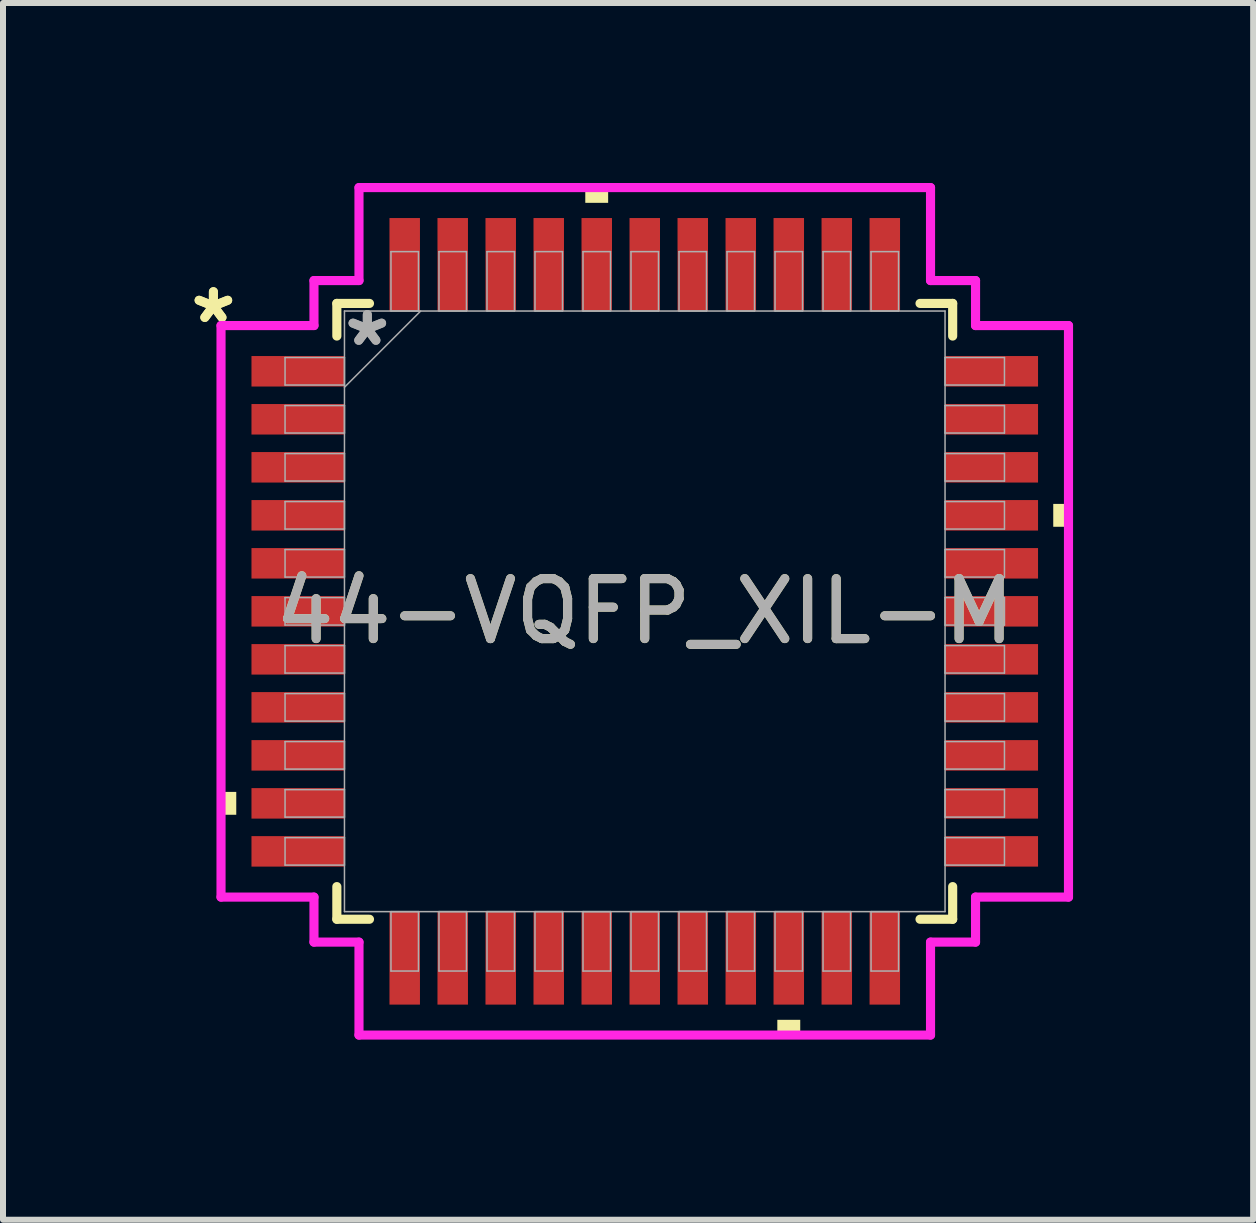
<source format=kicad_pcb>
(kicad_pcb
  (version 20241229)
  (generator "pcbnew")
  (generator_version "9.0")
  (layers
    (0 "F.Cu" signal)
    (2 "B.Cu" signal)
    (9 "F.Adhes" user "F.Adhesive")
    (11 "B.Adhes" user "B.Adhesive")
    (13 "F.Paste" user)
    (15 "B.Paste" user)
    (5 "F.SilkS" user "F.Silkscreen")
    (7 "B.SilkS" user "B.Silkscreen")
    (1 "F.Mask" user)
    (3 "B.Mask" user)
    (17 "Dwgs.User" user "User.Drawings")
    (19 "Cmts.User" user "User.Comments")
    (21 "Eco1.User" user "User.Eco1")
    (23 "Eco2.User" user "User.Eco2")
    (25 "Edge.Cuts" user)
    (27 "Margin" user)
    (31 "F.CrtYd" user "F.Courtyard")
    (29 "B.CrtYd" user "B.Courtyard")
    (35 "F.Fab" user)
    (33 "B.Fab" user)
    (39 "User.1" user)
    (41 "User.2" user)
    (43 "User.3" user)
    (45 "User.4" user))
  (footprint "44-VQFP_XIL-M"
    (layer "F.Cu")
    (at 7.694 7.137)
    (property "Reference" "44-VQFP_XIL-M" (at 0 0 0) (unlocked yes) (layer "F.SilkS") (effects (font (size 1 1) (thickness 0.15))))
    (attr smd)
    (fp_line (start -5.131 -5.131) (end -5.131 -4.587) (stroke (width 0.152) (type solid)) (layer "F.SilkS"))
    (fp_line (start -5.131 4.587) (end -5.131 5.131) (stroke (width 0.152) (type solid)) (layer "F.SilkS"))
    (fp_line (start -5.131 5.131) (end -4.587 5.131) (stroke (width 0.152) (type solid)) (layer "F.SilkS"))
    (fp_line (start -4.587 -5.131) (end -5.131 -5.131) (stroke (width 0.152) (type solid)) (layer "F.SilkS"))
    (fp_line (start 4.587 5.131) (end 5.131 5.131) (stroke (width 0.152) (type solid)) (layer "F.SilkS"))
    (fp_line (start 5.131 -5.131) (end 4.587 -5.131) (stroke (width 0.152) (type solid)) (layer "F.SilkS"))
    (fp_line (start 5.131 -4.587) (end 5.131 -5.131) (stroke (width 0.152) (type solid)) (layer "F.SilkS"))
    (fp_line (start 5.131 5.131) (end 5.131 4.587) (stroke (width 0.152) (type solid)) (layer "F.SilkS"))
    (fp_poly (pts (xy -7.061 3.009) (xy -7.061 3.39) (xy -6.807 3.39) (xy -6.807 3.009)) (stroke (width 0) (type solid)) (fill yes) (layer "F.SilkS"))
    (fp_poly (pts (xy -0.991 -6.807) (xy -0.991 -7.061) (xy -0.61 -7.061) (xy -0.61 -6.807)) (stroke (width 0) (type solid)) (fill yes) (layer "F.SilkS"))
    (fp_poly (pts (xy 2.209 6.807) (xy 2.209 7.061) (xy 2.591 7.061) (xy 2.591 6.807)) (stroke (width 0) (type solid)) (fill yes) (layer "F.SilkS"))
    (fp_poly (pts (xy 7.061 -1.79) (xy 7.061 -1.409) (xy 6.807 -1.409) (xy 6.807 -1.79)) (stroke (width 0) (type solid)) (fill yes) (layer "F.SilkS"))
    (fp_line (start -7.061 -4.762) (end -5.512 -4.762) (stroke (width 0.152) (type solid)) (layer "F.CrtYd"))
    (fp_line (start -7.061 4.762) (end -7.061 -4.762) (stroke (width 0.152) (type solid)) (layer "F.CrtYd"))
    (fp_line (start -5.512 -5.512) (end -4.762 -5.512) (stroke (width 0.152) (type solid)) (layer "F.CrtYd"))
    (fp_line (start -5.512 -4.762) (end -5.512 -5.512) (stroke (width 0.152) (type solid)) (layer "F.CrtYd"))
    (fp_line (start -5.512 4.762) (end -7.061 4.762) (stroke (width 0.152) (type solid)) (layer "F.CrtYd"))
    (fp_line (start -5.512 5.512) (end -5.512 4.762) (stroke (width 0.152) (type solid)) (layer "F.CrtYd"))
    (fp_line (start -5.512 5.512) (end -4.762 5.512) (stroke (width 0.152) (type solid)) (layer "F.CrtYd"))
    (fp_line (start -4.762 -7.061) (end 4.762 -7.061) (stroke (width 0.152) (type solid)) (layer "F.CrtYd"))
    (fp_line (start -4.762 -5.512) (end -4.762 -7.061) (stroke (width 0.152) (type solid)) (layer "F.CrtYd"))
    (fp_line (start -4.762 5.512) (end -4.762 7.061) (stroke (width 0.152) (type solid)) (layer "F.CrtYd"))
    (fp_line (start -4.762 7.061) (end 4.762 7.061) (stroke (width 0.152) (type solid)) (layer "F.CrtYd"))
    (fp_line (start 4.762 -7.061) (end 4.762 -5.512) (stroke (width 0.152) (type solid)) (layer "F.CrtYd"))
    (fp_line (start 4.762 -5.512) (end 5.512 -5.512) (stroke (width 0.152) (type solid)) (layer "F.CrtYd"))
    (fp_line (start 4.762 5.512) (end 5.512 5.512) (stroke (width 0.152) (type solid)) (layer "F.CrtYd"))
    (fp_line (start 4.762 7.061) (end 4.762 5.512) (stroke (width 0.152) (type solid)) (layer "F.CrtYd"))
    (fp_line (start 5.512 -4.762) (end 5.512 -5.512) (stroke (width 0.152) (type solid)) (layer "F.CrtYd"))
    (fp_line (start 5.512 4.762) (end 7.061 4.762) (stroke (width 0.152) (type solid)) (layer "F.CrtYd"))
    (fp_line (start 5.512 5.512) (end 5.512 4.762) (stroke (width 0.152) (type solid)) (layer "F.CrtYd"))
    (fp_line (start 7.061 -4.762) (end 5.512 -4.762) (stroke (width 0.152) (type solid)) (layer "F.CrtYd"))
    (fp_line (start 7.061 4.762) (end 7.061 -4.762) (stroke (width 0.152) (type solid)) (layer "F.CrtYd"))
    (fp_line (start -5.994 -4.229) (end -5.994 -3.771) (stroke (width 0.025) (type solid)) (layer "F.Fab"))
    (fp_line (start -5.994 -3.771) (end -5.004 -3.771) (stroke (width 0.025) (type solid)) (layer "F.Fab"))
    (fp_line (start -5.994 -3.429) (end -5.994 -2.971) (stroke (width 0.025) (type solid)) (layer "F.Fab"))
    (fp_line (start -5.994 -2.971) (end -5.004 -2.971) (stroke (width 0.025) (type solid)) (layer "F.Fab"))
    (fp_line (start -5.994 -2.629) (end -5.994 -2.171) (stroke (width 0.025) (type solid)) (layer "F.Fab"))
    (fp_line (start -5.994 -2.171) (end -5.004 -2.171) (stroke (width 0.025) (type solid)) (layer "F.Fab"))
    (fp_line (start -5.994 -1.829) (end -5.994 -1.371) (stroke (width 0.025) (type solid)) (layer "F.Fab"))
    (fp_line (start -5.994 -1.371) (end -5.004 -1.371) (stroke (width 0.025) (type solid)) (layer "F.Fab"))
    (fp_line (start -5.994 -1.029) (end -5.994 -0.571) (stroke (width 0.025) (type solid)) (layer "F.Fab"))
    (fp_line (start -5.994 -0.571) (end -5.004 -0.571) (stroke (width 0.025) (type solid)) (layer "F.Fab"))
    (fp_line (start -5.994 -0.229) (end -5.994 0.229) (stroke (width 0.025) (type solid)) (layer "F.Fab"))
    (fp_line (start -5.994 0.229) (end -5.004 0.229) (stroke (width 0.025) (type solid)) (layer "F.Fab"))
    (fp_line (start -5.994 0.571) (end -5.994 1.029) (stroke (width 0.025) (type solid)) (layer "F.Fab"))
    (fp_line (start -5.994 1.029) (end -5.004 1.029) (stroke (width 0.025) (type solid)) (layer "F.Fab"))
    (fp_line (start -5.994 1.371) (end -5.994 1.829) (stroke (width 0.025) (type solid)) (layer "F.Fab"))
    (fp_line (start -5.994 1.829) (end -5.004 1.829) (stroke (width 0.025) (type solid)) (layer "F.Fab"))
    (fp_line (start -5.994 2.171) (end -5.994 2.629) (stroke (width 0.025) (type solid)) (layer "F.Fab"))
    (fp_line (start -5.994 2.629) (end -5.004 2.629) (stroke (width 0.025) (type solid)) (layer "F.Fab"))
    (fp_line (start -5.994 2.971) (end -5.994 3.429) (stroke (width 0.025) (type solid)) (layer "F.Fab"))
    (fp_line (start -5.994 3.429) (end -5.004 3.429) (stroke (width 0.025) (type solid)) (layer "F.Fab"))
    (fp_line (start -5.994 3.771) (end -5.994 4.229) (stroke (width 0.025) (type solid)) (layer "F.Fab"))
    (fp_line (start -5.994 4.229) (end -5.004 4.229) (stroke (width 0.025) (type solid)) (layer "F.Fab"))
    (fp_line (start -5.004 -5.004) (end -5.004 5.004) (stroke (width 0.025) (type solid)) (layer "F.Fab"))
    (fp_line (start -5.004 -4.229) (end -5.994 -4.229) (stroke (width 0.025) (type solid)) (layer "F.Fab"))
    (fp_line (start -5.004 -3.771) (end -5.004 -4.229) (stroke (width 0.025) (type solid)) (layer "F.Fab"))
    (fp_line (start -5.004 -3.734) (end -3.734 -5.004) (stroke (width 0.025) (type solid)) (layer "F.Fab"))
    (fp_line (start -5.004 -3.429) (end -5.994 -3.429) (stroke (width 0.025) (type solid)) (layer "F.Fab"))
    (fp_line (start -5.004 -2.971) (end -5.004 -3.429) (stroke (width 0.025) (type solid)) (layer "F.Fab"))
    (fp_line (start -5.004 -2.629) (end -5.994 -2.629) (stroke (width 0.025) (type solid)) (layer "F.Fab"))
    (fp_line (start -5.004 -2.171) (end -5.004 -2.629) (stroke (width 0.025) (type solid)) (layer "F.Fab"))
    (fp_line (start -5.004 -1.829) (end -5.994 -1.829) (stroke (width 0.025) (type solid)) (layer "F.Fab"))
    (fp_line (start -5.004 -1.371) (end -5.004 -1.829) (stroke (width 0.025) (type solid)) (layer "F.Fab"))
    (fp_line (start -5.004 -1.029) (end -5.994 -1.029) (stroke (width 0.025) (type solid)) (layer "F.Fab"))
    (fp_line (start -5.004 -0.571) (end -5.004 -1.029) (stroke (width 0.025) (type solid)) (layer "F.Fab"))
    (fp_line (start -5.004 -0.229) (end -5.994 -0.229) (stroke (width 0.025) (type solid)) (layer "F.Fab"))
    (fp_line (start -5.004 0.229) (end -5.004 -0.229) (stroke (width 0.025) (type solid)) (layer "F.Fab"))
    (fp_line (start -5.004 0.571) (end -5.994 0.571) (stroke (width 0.025) (type solid)) (layer "F.Fab"))
    (fp_line (start -5.004 1.029) (end -5.004 0.571) (stroke (width 0.025) (type solid)) (layer "F.Fab"))
    (fp_line (start -5.004 1.371) (end -5.994 1.371) (stroke (width 0.025) (type solid)) (layer "F.Fab"))
    (fp_line (start -5.004 1.829) (end -5.004 1.371) (stroke (width 0.025) (type solid)) (layer "F.Fab"))
    (fp_line (start -5.004 2.171) (end -5.994 2.171) (stroke (width 0.025) (type solid)) (layer "F.Fab"))
    (fp_line (start -5.004 2.629) (end -5.004 2.171) (stroke (width 0.025) (type solid)) (layer "F.Fab"))
    (fp_line (start -5.004 2.971) (end -5.994 2.971) (stroke (width 0.025) (type solid)) (layer "F.Fab"))
    (fp_line (start -5.004 3.429) (end -5.004 2.971) (stroke (width 0.025) (type solid)) (layer "F.Fab"))
    (fp_line (start -5.004 3.771) (end -5.994 3.771) (stroke (width 0.025) (type solid)) (layer "F.Fab"))
    (fp_line (start -5.004 4.229) (end -5.004 3.771) (stroke (width 0.025) (type solid)) (layer "F.Fab"))
    (fp_line (start -5.004 5.004) (end 5.004 5.004) (stroke (width 0.025) (type solid)) (layer "F.Fab"))
    (fp_line (start -4.229 5.004) (end -4.229 5.994) (stroke (width 0.025) (type solid)) (layer "F.Fab"))
    (fp_line (start -4.229 5.994) (end -3.771 5.994) (stroke (width 0.025) (type solid)) (layer "F.Fab"))
    (fp_line (start -4.229 -5.994) (end -4.229 -5.004) (stroke (width 0.025) (type solid)) (layer "F.Fab"))
    (fp_line (start -4.229 -5.004) (end -3.771 -5.004) (stroke (width 0.025) (type solid)) (layer "F.Fab"))
    (fp_line (start -3.771 5.004) (end -4.229 5.004) (stroke (width 0.025) (type solid)) (layer "F.Fab"))
    (fp_line (start -3.771 5.994) (end -3.771 5.004) (stroke (width 0.025) (type solid)) (layer "F.Fab"))
    (fp_line (start -3.771 -5.994) (end -4.229 -5.994) (stroke (width 0.025) (type solid)) (layer "F.Fab"))
    (fp_line (start -3.771 -5.004) (end -3.771 -5.994) (stroke (width 0.025) (type solid)) (layer "F.Fab"))
    (fp_line (start -3.429 -5.994) (end -3.429 -5.004) (stroke (width 0.025) (type solid)) (layer "F.Fab"))
    (fp_line (start -3.429 -5.004) (end -2.971 -5.004) (stroke (width 0.025) (type solid)) (layer "F.Fab"))
    (fp_line (start -3.429 5.004) (end -3.429 5.994) (stroke (width 0.025) (type solid)) (layer "F.Fab"))
    (fp_line (start -3.429 5.994) (end -2.971 5.994) (stroke (width 0.025) (type solid)) (layer "F.Fab"))
    (fp_line (start -2.971 -5.994) (end -3.429 -5.994) (stroke (width 0.025) (type solid)) (layer "F.Fab"))
    (fp_line (start -2.971 -5.004) (end -2.971 -5.994) (stroke (width 0.025) (type solid)) (layer "F.Fab"))
    (fp_line (start -2.971 5.004) (end -3.429 5.004) (stroke (width 0.025) (type solid)) (layer "F.Fab"))
    (fp_line (start -2.971 5.994) (end -2.971 5.004) (stroke (width 0.025) (type solid)) (layer "F.Fab"))
    (fp_line (start -2.629 -5.994) (end -2.629 -5.004) (stroke (width 0.025) (type solid)) (layer "F.Fab"))
    (fp_line (start -2.629 -5.004) (end -2.171 -5.004) (stroke (width 0.025) (type solid)) (layer "F.Fab"))
    (fp_line (start -2.629 5.004) (end -2.629 5.994) (stroke (width 0.025) (type solid)) (layer "F.Fab"))
    (fp_line (start -2.629 5.994) (end -2.171 5.994) (stroke (width 0.025) (type solid)) (layer "F.Fab"))
    (fp_line (start -2.171 -5.994) (end -2.629 -5.994) (stroke (width 0.025) (type solid)) (layer "F.Fab"))
    (fp_line (start -2.171 -5.004) (end -2.171 -5.994) (stroke (width 0.025) (type solid)) (layer "F.Fab"))
    (fp_line (start -2.171 5.004) (end -2.629 5.004) (stroke (width 0.025) (type solid)) (layer "F.Fab"))
    (fp_line (start -2.171 5.994) (end -2.171 5.004) (stroke (width 0.025) (type solid)) (layer "F.Fab"))
    (fp_line (start -1.829 -5.994) (end -1.829 -5.004) (stroke (width 0.025) (type solid)) (layer "F.Fab"))
    (fp_line (start -1.829 -5.004) (end -1.371 -5.004) (stroke (width 0.025) (type solid)) (layer "F.Fab"))
    (fp_line (start -1.829 5.004) (end -1.829 5.994) (stroke (width 0.025) (type solid)) (layer "F.Fab"))
    (fp_line (start -1.829 5.994) (end -1.371 5.994) (stroke (width 0.025) (type solid)) (layer "F.Fab"))
    (fp_line (start -1.371 -5.994) (end -1.829 -5.994) (stroke (width 0.025) (type solid)) (layer "F.Fab"))
    (fp_line (start -1.371 -5.004) (end -1.371 -5.994) (stroke (width 0.025) (type solid)) (layer "F.Fab"))
    (fp_line (start -1.371 5.004) (end -1.829 5.004) (stroke (width 0.025) (type solid)) (layer "F.Fab"))
    (fp_line (start -1.371 5.994) (end -1.371 5.004) (stroke (width 0.025) (type solid)) (layer "F.Fab"))
    (fp_line (start -1.029 -5.994) (end -1.029 -5.004) (stroke (width 0.025) (type solid)) (layer "F.Fab"))
    (fp_line (start -1.029 -5.004) (end -0.571 -5.004) (stroke (width 0.025) (type solid)) (layer "F.Fab"))
    (fp_line (start -1.029 5.004) (end -1.029 5.994) (stroke (width 0.025) (type solid)) (layer "F.Fab"))
    (fp_line (start -1.029 5.994) (end -0.571 5.994) (stroke (width 0.025) (type solid)) (layer "F.Fab"))
    (fp_line (start -0.571 -5.994) (end -1.029 -5.994) (stroke (width 0.025) (type solid)) (layer "F.Fab"))
    (fp_line (start -0.571 -5.004) (end -0.571 -5.994) (stroke (width 0.025) (type solid)) (layer "F.Fab"))
    (fp_line (start -0.571 5.004) (end -1.029 5.004) (stroke (width 0.025) (type solid)) (layer "F.Fab"))
    (fp_line (start -0.571 5.994) (end -0.571 5.004) (stroke (width 0.025) (type solid)) (layer "F.Fab"))
    (fp_line (start -0.229 -5.994) (end -0.229 -5.004) (stroke (width 0.025) (type solid)) (layer "F.Fab"))
    (fp_line (start -0.229 -5.004) (end 0.229 -5.004) (stroke (width 0.025) (type solid)) (layer "F.Fab"))
    (fp_line (start -0.229 5.004) (end -0.229 5.994) (stroke (width 0.025) (type solid)) (layer "F.Fab"))
    (fp_line (start -0.229 5.994) (end 0.229 5.994) (stroke (width 0.025) (type solid)) (layer "F.Fab"))
    (fp_line (start 0.229 -5.994) (end -0.229 -5.994) (stroke (width 0.025) (type solid)) (layer "F.Fab"))
    (fp_line (start 0.229 -5.004) (end 0.229 -5.994) (stroke (width 0.025) (type solid)) (layer "F.Fab"))
    (fp_line (start 0.229 5.004) (end -0.229 5.004) (stroke (width 0.025) (type solid)) (layer "F.Fab"))
    (fp_line (start 0.229 5.994) (end 0.229 5.004) (stroke (width 0.025) (type solid)) (layer "F.Fab"))
    (fp_line (start 0.571 -5.994) (end 0.571 -5.004) (stroke (width 0.025) (type solid)) (layer "F.Fab"))
    (fp_line (start 0.571 -5.004) (end 1.029 -5.004) (stroke (width 0.025) (type solid)) (layer "F.Fab"))
    (fp_line (start 0.571 5.004) (end 0.571 5.994) (stroke (width 0.025) (type solid)) (layer "F.Fab"))
    (fp_line (start 0.571 5.994) (end 1.029 5.994) (stroke (width 0.025) (type solid)) (layer "F.Fab"))
    (fp_line (start 1.029 -5.994) (end 0.571 -5.994) (stroke (width 0.025) (type solid)) (layer "F.Fab"))
    (fp_line (start 1.029 -5.004) (end 1.029 -5.994) (stroke (width 0.025) (type solid)) (layer "F.Fab"))
    (fp_line (start 1.029 5.004) (end 0.571 5.004) (stroke (width 0.025) (type solid)) (layer "F.Fab"))
    (fp_line (start 1.029 5.994) (end 1.029 5.004) (stroke (width 0.025) (type solid)) (layer "F.Fab"))
    (fp_line (start 1.371 -5.994) (end 1.371 -5.004) (stroke (width 0.025) (type solid)) (layer "F.Fab"))
    (fp_line (start 1.371 -5.004) (end 1.829 -5.004) (stroke (width 0.025) (type solid)) (layer "F.Fab"))
    (fp_line (start 1.371 5.004) (end 1.371 5.994) (stroke (width 0.025) (type solid)) (layer "F.Fab"))
    (fp_line (start 1.371 5.994) (end 1.829 5.994) (stroke (width 0.025) (type solid)) (layer "F.Fab"))
    (fp_line (start 1.829 -5.994) (end 1.371 -5.994) (stroke (width 0.025) (type solid)) (layer "F.Fab"))
    (fp_line (start 1.829 -5.004) (end 1.829 -5.994) (stroke (width 0.025) (type solid)) (layer "F.Fab"))
    (fp_line (start 1.829 5.004) (end 1.371 5.004) (stroke (width 0.025) (type solid)) (layer "F.Fab"))
    (fp_line (start 1.829 5.994) (end 1.829 5.004) (stroke (width 0.025) (type solid)) (layer "F.Fab"))
    (fp_line (start 2.171 -5.994) (end 2.171 -5.004) (stroke (width 0.025) (type solid)) (layer "F.Fab"))
    (fp_line (start 2.171 -5.004) (end 2.629 -5.004) (stroke (width 0.025) (type solid)) (layer "F.Fab"))
    (fp_line (start 2.171 5.004) (end 2.171 5.994) (stroke (width 0.025) (type solid)) (layer "F.Fab"))
    (fp_line (start 2.171 5.994) (end 2.629 5.994) (stroke (width 0.025) (type solid)) (layer "F.Fab"))
    (fp_line (start 2.629 -5.994) (end 2.171 -5.994) (stroke (width 0.025) (type solid)) (layer "F.Fab"))
    (fp_line (start 2.629 -5.004) (end 2.629 -5.994) (stroke (width 0.025) (type solid)) (layer "F.Fab"))
    (fp_line (start 2.629 5.004) (end 2.171 5.004) (stroke (width 0.025) (type solid)) (layer "F.Fab"))
    (fp_line (start 2.629 5.994) (end 2.629 5.004) (stroke (width 0.025) (type solid)) (layer "F.Fab"))
    (fp_line (start 2.971 -5.994) (end 2.971 -5.004) (stroke (width 0.025) (type solid)) (layer "F.Fab"))
    (fp_line (start 2.971 -5.004) (end 3.429 -5.004) (stroke (width 0.025) (type solid)) (layer "F.Fab"))
    (fp_line (start 2.971 5.004) (end 2.971 5.994) (stroke (width 0.025) (type solid)) (layer "F.Fab"))
    (fp_line (start 2.971 5.994) (end 3.429 5.994) (stroke (width 0.025) (type solid)) (layer "F.Fab"))
    (fp_line (start 3.429 -5.994) (end 2.971 -5.994) (stroke (width 0.025) (type solid)) (layer "F.Fab"))
    (fp_line (start 3.429 -5.004) (end 3.429 -5.994) (stroke (width 0.025) (type solid)) (layer "F.Fab"))
    (fp_line (start 3.429 5.004) (end 2.971 5.004) (stroke (width 0.025) (type solid)) (layer "F.Fab"))
    (fp_line (start 3.429 5.994) (end 3.429 5.004) (stroke (width 0.025) (type solid)) (layer "F.Fab"))
    (fp_line (start 3.771 5.004) (end 3.771 5.994) (stroke (width 0.025) (type solid)) (layer "F.Fab"))
    (fp_line (start 3.771 5.994) (end 4.229 5.994) (stroke (width 0.025) (type solid)) (layer "F.Fab"))
    (fp_line (start 3.771 -5.994) (end 3.771 -5.004) (stroke (width 0.025) (type solid)) (layer "F.Fab"))
    (fp_line (start 3.771 -5.004) (end 4.229 -5.004) (stroke (width 0.025) (type solid)) (layer "F.Fab"))
    (fp_line (start 4.229 5.004) (end 3.771 5.004) (stroke (width 0.025) (type solid)) (layer "F.Fab"))
    (fp_line (start 4.229 5.994) (end 4.229 5.004) (stroke (width 0.025) (type solid)) (layer "F.Fab"))
    (fp_line (start 4.229 -5.994) (end 3.771 -5.994) (stroke (width 0.025) (type solid)) (layer "F.Fab"))
    (fp_line (start 4.229 -5.004) (end 4.229 -5.994) (stroke (width 0.025) (type solid)) (layer "F.Fab"))
    (fp_line (start 5.004 -5.004) (end -5.004 -5.004) (stroke (width 0.025) (type solid)) (layer "F.Fab"))
    (fp_line (start 5.004 -4.229) (end 5.004 -3.771) (stroke (width 0.025) (type solid)) (layer "F.Fab"))
    (fp_line (start 5.004 -3.771) (end 5.994 -3.771) (stroke (width 0.025) (type solid)) (layer "F.Fab"))
    (fp_line (start 5.004 -3.429) (end 5.004 -2.971) (stroke (width 0.025) (type solid)) (layer "F.Fab"))
    (fp_line (start 5.004 -2.971) (end 5.994 -2.971) (stroke (width 0.025) (type solid)) (layer "F.Fab"))
    (fp_line (start 5.004 -2.629) (end 5.004 -2.171) (stroke (width 0.025) (type solid)) (layer "F.Fab"))
    (fp_line (start 5.004 -2.171) (end 5.994 -2.171) (stroke (width 0.025) (type solid)) (layer "F.Fab"))
    (fp_line (start 5.004 -1.829) (end 5.004 -1.371) (stroke (width 0.025) (type solid)) (layer "F.Fab"))
    (fp_line (start 5.004 -1.371) (end 5.994 -1.371) (stroke (width 0.025) (type solid)) (layer "F.Fab"))
    (fp_line (start 5.004 -1.029) (end 5.004 -0.571) (stroke (width 0.025) (type solid)) (layer "F.Fab"))
    (fp_line (start 5.004 -0.571) (end 5.994 -0.571) (stroke (width 0.025) (type solid)) (layer "F.Fab"))
    (fp_line (start 5.004 -0.229) (end 5.004 0.229) (stroke (width 0.025) (type solid)) (layer "F.Fab"))
    (fp_line (start 5.004 0.229) (end 5.994 0.229) (stroke (width 0.025) (type solid)) (layer "F.Fab"))
    (fp_line (start 5.004 0.571) (end 5.004 1.029) (stroke (width 0.025) (type solid)) (layer "F.Fab"))
    (fp_line (start 5.004 1.029) (end 5.994 1.029) (stroke (width 0.025) (type solid)) (layer "F.Fab"))
    (fp_line (start 5.004 1.371) (end 5.004 1.829) (stroke (width 0.025) (type solid)) (layer "F.Fab"))
    (fp_line (start 5.004 1.829) (end 5.994 1.829) (stroke (width 0.025) (type solid)) (layer "F.Fab"))
    (fp_line (start 5.004 2.171) (end 5.004 2.629) (stroke (width 0.025) (type solid)) (layer "F.Fab"))
    (fp_line (start 5.004 2.629) (end 5.994 2.629) (stroke (width 0.025) (type solid)) (layer "F.Fab"))
    (fp_line (start 5.004 2.971) (end 5.004 3.429) (stroke (width 0.025) (type solid)) (layer "F.Fab"))
    (fp_line (start 5.004 3.429) (end 5.994 3.429) (stroke (width 0.025) (type solid)) (layer "F.Fab"))
    (fp_line (start 5.004 3.771) (end 5.004 4.229) (stroke (width 0.025) (type solid)) (layer "F.Fab"))
    (fp_line (start 5.004 4.229) (end 5.994 4.229) (stroke (width 0.025) (type solid)) (layer "F.Fab"))
    (fp_line (start 5.004 5.004) (end 5.004 -5.004) (stroke (width 0.025) (type solid)) (layer "F.Fab"))
    (fp_line (start 5.994 -4.229) (end 5.004 -4.229) (stroke (width 0.025) (type solid)) (layer "F.Fab"))
    (fp_line (start 5.994 -3.771) (end 5.994 -4.229) (stroke (width 0.025) (type solid)) (layer "F.Fab"))
    (fp_line (start 5.994 -3.429) (end 5.004 -3.429) (stroke (width 0.025) (type solid)) (layer "F.Fab"))
    (fp_line (start 5.994 -2.971) (end 5.994 -3.429) (stroke (width 0.025) (type solid)) (layer "F.Fab"))
    (fp_line (start 5.994 -2.629) (end 5.004 -2.629) (stroke (width 0.025) (type solid)) (layer "F.Fab"))
    (fp_line (start 5.994 -2.171) (end 5.994 -2.629) (stroke (width 0.025) (type solid)) (layer "F.Fab"))
    (fp_line (start 5.994 -1.829) (end 5.004 -1.829) (stroke (width 0.025) (type solid)) (layer "F.Fab"))
    (fp_line (start 5.994 -1.371) (end 5.994 -1.829) (stroke (width 0.025) (type solid)) (layer "F.Fab"))
    (fp_line (start 5.994 -1.029) (end 5.004 -1.029) (stroke (width 0.025) (type solid)) (layer "F.Fab"))
    (fp_line (start 5.994 -0.571) (end 5.994 -1.029) (stroke (width 0.025) (type solid)) (layer "F.Fab"))
    (fp_line (start 5.994 -0.229) (end 5.004 -0.229) (stroke (width 0.025) (type solid)) (layer "F.Fab"))
    (fp_line (start 5.994 0.229) (end 5.994 -0.229) (stroke (width 0.025) (type solid)) (layer "F.Fab"))
    (fp_line (start 5.994 0.571) (end 5.004 0.571) (stroke (width 0.025) (type solid)) (layer "F.Fab"))
    (fp_line (start 5.994 1.029) (end 5.994 0.571) (stroke (width 0.025) (type solid)) (layer "F.Fab"))
    (fp_line (start 5.994 1.371) (end 5.004 1.371) (stroke (width 0.025) (type solid)) (layer "F.Fab"))
    (fp_line (start 5.994 1.829) (end 5.994 1.371) (stroke (width 0.025) (type solid)) (layer "F.Fab"))
    (fp_line (start 5.994 2.171) (end 5.004 2.171) (stroke (width 0.025) (type solid)) (layer "F.Fab"))
    (fp_line (start 5.994 2.629) (end 5.994 2.171) (stroke (width 0.025) (type solid)) (layer "F.Fab"))
    (fp_line (start 5.994 2.971) (end 5.004 2.971) (stroke (width 0.025) (type solid)) (layer "F.Fab"))
    (fp_line (start 5.994 3.429) (end 5.994 2.971) (stroke (width 0.025) (type solid)) (layer "F.Fab"))
    (fp_line (start 5.994 3.771) (end 5.004 3.771) (stroke (width 0.025) (type solid)) (layer "F.Fab"))
    (fp_line (start 5.994 4.229) (end 5.994 3.771) (stroke (width 0.025) (type solid)) (layer "F.Fab"))
    (fp_text user "*" (at -7.188 -4.781 0) (unlocked yes) (layer "F.SilkS") (effects (font (size 1 1) (thickness 0.15))))
    (fp_text user "*" (at -7.188 -4.781 0) (layer "F.SilkS") (effects (font (size 1 1) (thickness 0.15))))
    (fp_text user "${REFERENCE}" (at 0 0 0) (unlocked yes) (layer "F.Fab") (effects (font (size 1 1) (thickness 0.15))))
    (fp_text user "*" (at -4.623 -4.4 0) (unlocked yes) (layer "F.Fab") (effects (font (size 1 1) (thickness 0.15))))
    (fp_text user "*" (at -4.623 -4.4 0) (layer "F.Fab") (effects (font (size 1 1) (thickness 0.15))))
    (pad "1" smd rect (at -5.779 -4 90) (size 0.508 1.549) (layers "F.Cu" "F.Mask" "F.Paste"))
    (pad "2" smd rect (at -5.779 -3.2 90) (size 0.508 1.549) (layers "F.Cu" "F.Mask" "F.Paste"))
    (pad "3" smd rect (at -5.779 -2.4 90) (size 0.508 1.549) (layers "F.Cu" "F.Mask" "F.Paste"))
    (pad "4" smd rect (at -5.779 -1.6 90) (size 0.508 1.549) (layers "F.Cu" "F.Mask" "F.Paste"))
    (pad "5" smd rect (at -5.779 -0.8 90) (size 0.508 1.549) (layers "F.Cu" "F.Mask" "F.Paste"))
    (pad "6" smd rect (at -5.779 0 90) (size 0.508 1.549) (layers "F.Cu" "F.Mask" "F.Paste"))
    (pad "7" smd rect (at -5.779 0.8 90) (size 0.508 1.549) (layers "F.Cu" "F.Mask" "F.Paste"))
    (pad "8" smd rect (at -5.779 1.6 90) (size 0.508 1.549) (layers "F.Cu" "F.Mask" "F.Paste"))
    (pad "9" smd rect (at -5.779 2.4 90) (size 0.508 1.549) (layers "F.Cu" "F.Mask" "F.Paste"))
    (pad "10" smd rect (at -5.779 3.2 90) (size 0.508 1.549) (layers "F.Cu" "F.Mask" "F.Paste"))
    (pad "11" smd rect (at -5.779 4 90) (size 0.508 1.549) (layers "F.Cu" "F.Mask" "F.Paste"))
    (pad "12" smd rect (at -4 5.779) (size 0.508 1.549) (layers "F.Cu" "F.Mask" "F.Paste"))
    (pad "13" smd rect (at -3.2 5.779) (size 0.508 1.549) (layers "F.Cu" "F.Mask" "F.Paste"))
    (pad "14" smd rect (at -2.4 5.779) (size 0.508 1.549) (layers "F.Cu" "F.Mask" "F.Paste"))
    (pad "15" smd rect (at -1.6 5.779) (size 0.508 1.549) (layers "F.Cu" "F.Mask" "F.Paste"))
    (pad "16" smd rect (at -0.8 5.779) (size 0.508 1.549) (layers "F.Cu" "F.Mask" "F.Paste"))
    (pad "17" smd rect (at 0 5.779) (size 0.508 1.549) (layers "F.Cu" "F.Mask" "F.Paste"))
    (pad "18" smd rect (at 0.8 5.779) (size 0.508 1.549) (layers "F.Cu" "F.Mask" "F.Paste"))
    (pad "19" smd rect (at 1.6 5.779) (size 0.508 1.549) (layers "F.Cu" "F.Mask" "F.Paste"))
    (pad "20" smd rect (at 2.4 5.779) (size 0.508 1.549) (layers "F.Cu" "F.Mask" "F.Paste"))
    (pad "21" smd rect (at 3.2 5.779) (size 0.508 1.549) (layers "F.Cu" "F.Mask" "F.Paste"))
    (pad "22" smd rect (at 4 5.779) (size 0.508 1.549) (layers "F.Cu" "F.Mask" "F.Paste"))
    (pad "23" smd rect (at 5.779 4 90) (size 0.508 1.549) (layers "F.Cu" "F.Mask" "F.Paste"))
    (pad "24" smd rect (at 5.779 3.2 90) (size 0.508 1.549) (layers "F.Cu" "F.Mask" "F.Paste"))
    (pad "25" smd rect (at 5.779 2.4 90) (size 0.508 1.549) (layers "F.Cu" "F.Mask" "F.Paste"))
    (pad "26" smd rect (at 5.779 1.6 90) (size 0.508 1.549) (layers "F.Cu" "F.Mask" "F.Paste"))
    (pad "27" smd rect (at 5.779 0.8 90) (size 0.508 1.549) (layers "F.Cu" "F.Mask" "F.Paste"))
    (pad "28" smd rect (at 5.779 0 90) (size 0.508 1.549) (layers "F.Cu" "F.Mask" "F.Paste"))
    (pad "29" smd rect (at 5.779 -0.8 90) (size 0.508 1.549) (layers "F.Cu" "F.Mask" "F.Paste"))
    (pad "30" smd rect (at 5.779 -1.6 90) (size 0.508 1.549) (layers "F.Cu" "F.Mask" "F.Paste"))
    (pad "31" smd rect (at 5.779 -2.4 90) (size 0.508 1.549) (layers "F.Cu" "F.Mask" "F.Paste"))
    (pad "32" smd rect (at 5.779 -3.2 90) (size 0.508 1.549) (layers "F.Cu" "F.Mask" "F.Paste"))
    (pad "33" smd rect (at 5.779 -4 90) (size 0.508 1.549) (layers "F.Cu" "F.Mask" "F.Paste"))
    (pad "34" smd rect (at 4 -5.779) (size 0.508 1.549) (layers "F.Cu" "F.Mask" "F.Paste"))
    (pad "35" smd rect (at 3.2 -5.779) (size 0.508 1.549) (layers "F.Cu" "F.Mask" "F.Paste"))
    (pad "36" smd rect (at 2.4 -5.779) (size 0.508 1.549) (layers "F.Cu" "F.Mask" "F.Paste"))
    (pad "37" smd rect (at 1.6 -5.779) (size 0.508 1.549) (layers "F.Cu" "F.Mask" "F.Paste"))
    (pad "38" smd rect (at 0.8 -5.779) (size 0.508 1.549) (layers "F.Cu" "F.Mask" "F.Paste"))
    (pad "39" smd rect (at 0 -5.779) (size 0.508 1.549) (layers "F.Cu" "F.Mask" "F.Paste"))
    (pad "40" smd rect (at -0.8 -5.779) (size 0.508 1.549) (layers "F.Cu" "F.Mask" "F.Paste"))
    (pad "41" smd rect (at -1.6 -5.779) (size 0.508 1.549) (layers "F.Cu" "F.Mask" "F.Paste"))
    (pad "42" smd rect (at -2.4 -5.779) (size 0.508 1.549) (layers "F.Cu" "F.Mask" "F.Paste"))
    (pad "43" smd rect (at -3.2 -5.779) (size 0.508 1.549) (layers "F.Cu" "F.Mask" "F.Paste"))
    (pad "44" smd rect (at -4 -5.779) (size 0.508 1.549) (layers "F.Cu" "F.Mask" "F.Paste")))
  (gr_rect
    (start -3 -3)
    (end 17.832 17.275)
    (stroke (width 0.1) (type default))
    (fill no)
    (layer "Edge.Cuts")))
</source>
